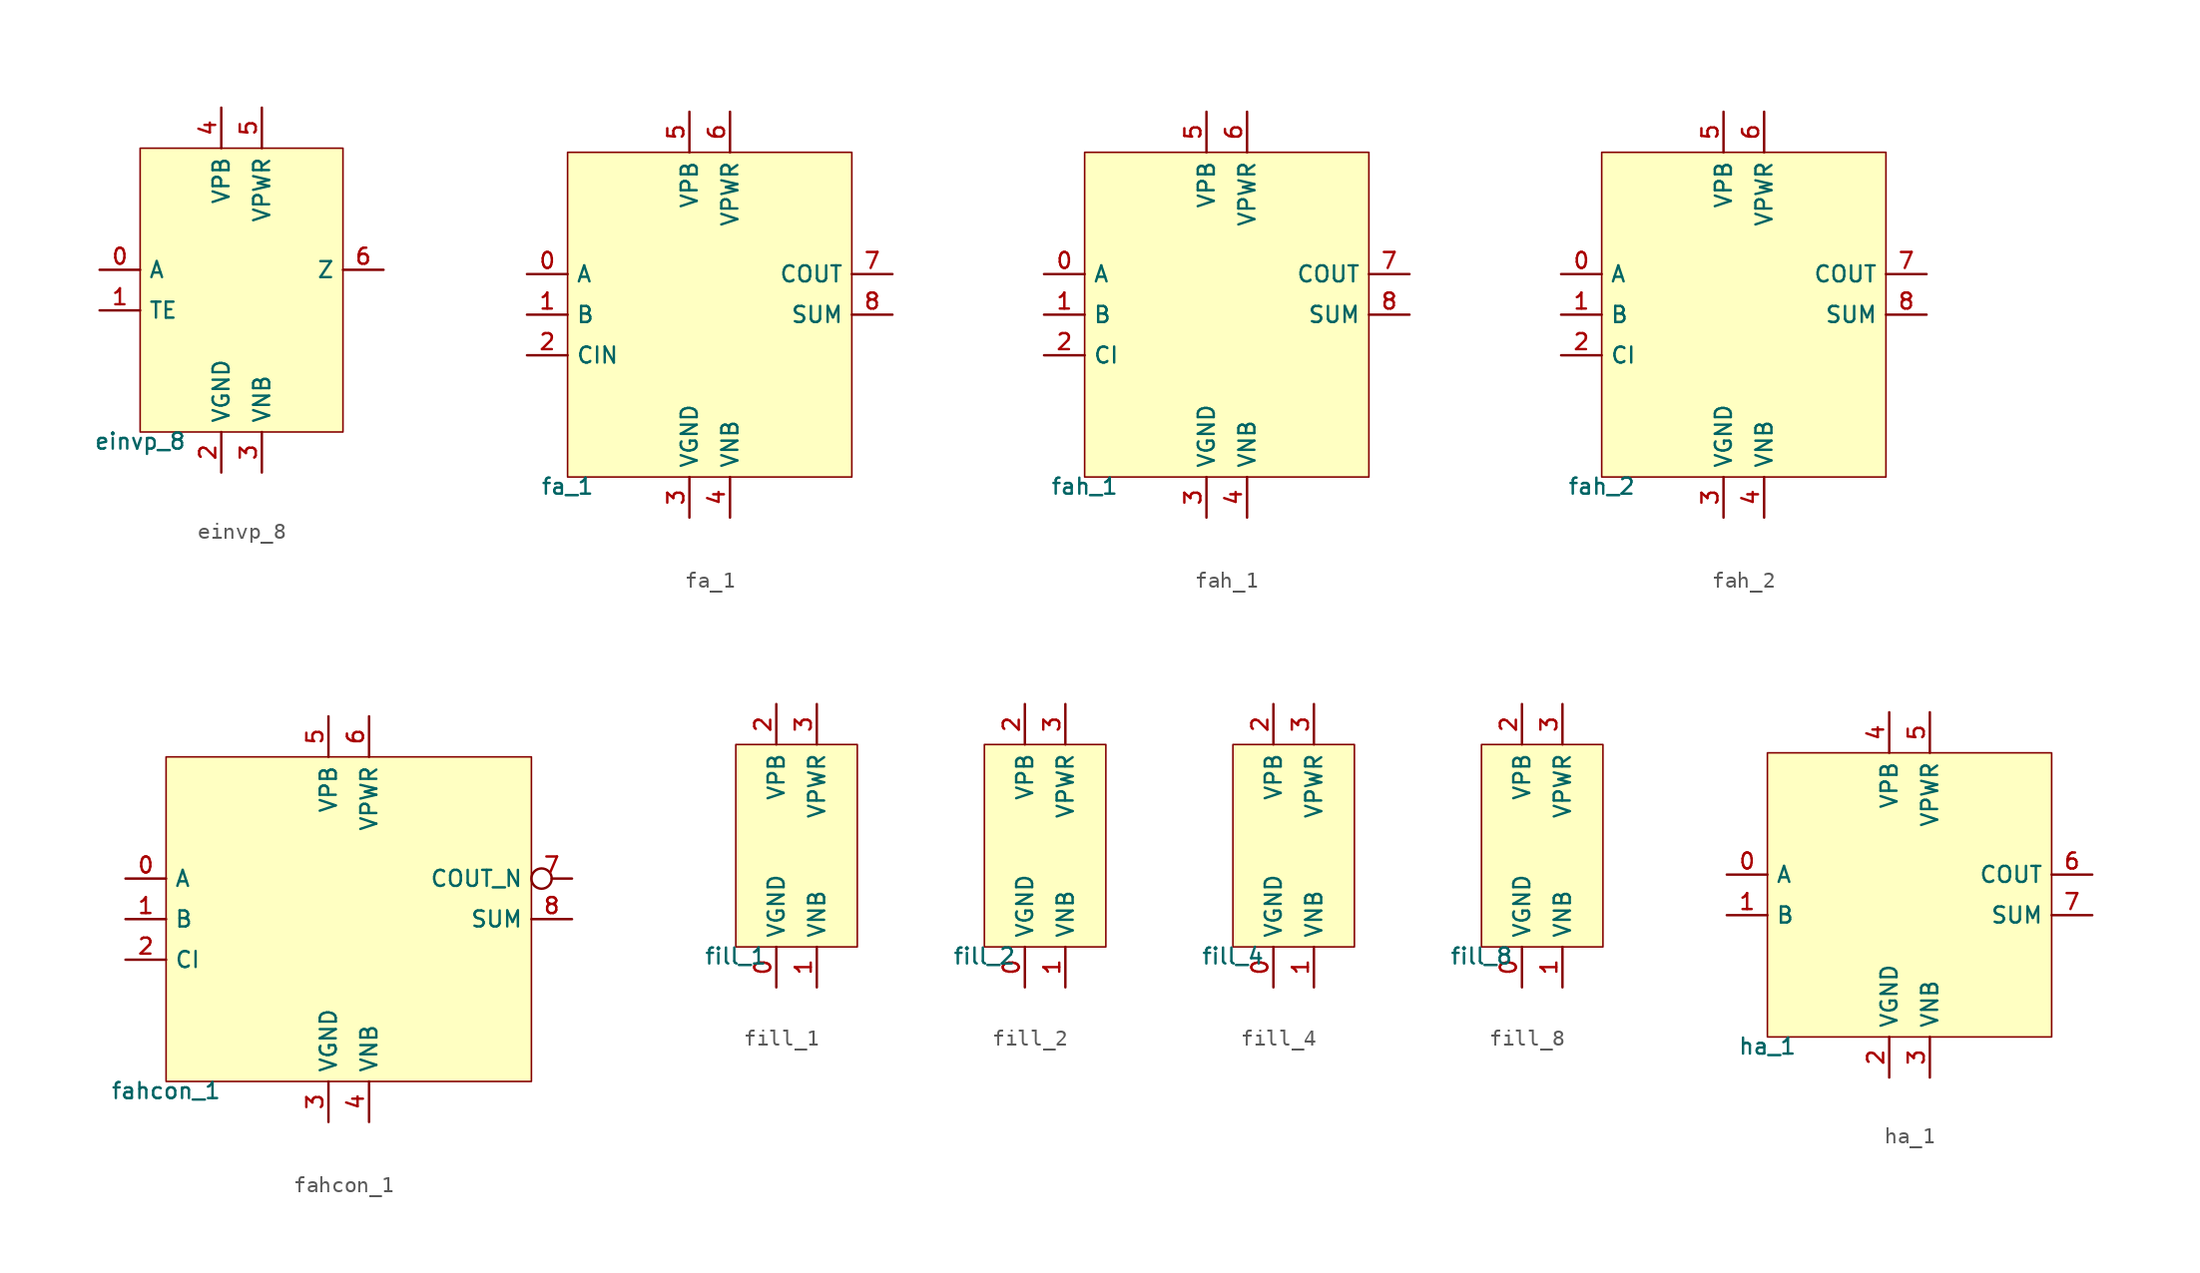
<source format=kicad_sym>
(kicad_symbol_lib
  (version 20211014)
  (generator lef2kicad_sym)
  (symbol "einvp_8"
    (property "Reference" "CELL"
      (at 0 0 0)
      (effects (font (size 1 1)) hide))
    (property "Value" "einvp_8"
      (at -6.35 -8.89 0)
      (effects (font (size 1 1)) (justify top)))
    (rectangle
      (start -6.35 -8.89)
      (end 6.35 8.89)
      (stroke (width 0.1) (type solid) (color 0 0 0 0))
      (fill (type background)))
    (pin input line
      (at -8.89 1.27 0)
      (length 2.54)
      (name "A" (effects (font (size 1 1)) hide))
      (number "0" (effects (font (size 1 1)) hide)))
    (pin input line
      (at -8.89 -1.27 0)
      (length 2.54)
      (name "TE" (effects (font (size 1 1)) hide))
      (number "1" (effects (font (size 1 1)) hide)))
    (pin power_in line
      (at -1.27 -11.43 90)
      (length 2.54)
      (name "VGND" (effects (font (size 1 1)) hide))
      (number "2" (effects (font (size 1 1)) hide)))
    (pin power_in line
      (at 1.27 -11.43 90)
      (length 2.54)
      (name "VNB" (effects (font (size 1 1)) hide))
      (number "3" (effects (font (size 1 1)) hide)))
    (pin power_in line
      (at -1.27 11.43 270)
      (length 2.54)
      (name "VPB" (effects (font (size 1 1)) hide))
      (number "4" (effects (font (size 1 1)) hide)))
    (pin power_in line
      (at 1.27 11.43 270)
      (length 2.54)
      (name "VPWR" (effects (font (size 1 1)) hide))
      (number "5" (effects (font (size 1 1)) hide)))
    (pin output line
      (at 8.89 1.27 180)
      (length 2.54)
      (name "Z" (effects (font (size 1 1)) hide))
      (number "6" (effects (font (size 1 1)) hide))))
  (symbol "fa_1"
    (property "Reference" "CELL"
      (at 0 0 0)
      (effects (font (size 1 1)) hide))
    (property "Value" "fa_1"
      (at -8.89 -10.16 0)
      (effects (font (size 1 1)) (justify top)))
    (rectangle
      (start -8.89 -10.16)
      (end 8.89 10.16)
      (stroke (width 0.1) (type solid) (color 0 0 0 0))
      (fill (type background)))
    (pin input line
      (at -11.43 2.54 0)
      (length 2.54)
      (name "A" (effects (font (size 1 1)) hide))
      (number "0" (effects (font (size 1 1)) hide)))
    (pin input line
      (at -11.43 0.0 0)
      (length 2.54)
      (name "B" (effects (font (size 1 1)) hide))
      (number "1" (effects (font (size 1 1)) hide)))
    (pin input line
      (at -11.43 -2.54 0)
      (length 2.54)
      (name "CIN" (effects (font (size 1 1)) hide))
      (number "2" (effects (font (size 1 1)) hide)))
    (pin power_in line
      (at -1.27 -12.7 90)
      (length 2.54)
      (name "VGND" (effects (font (size 1 1)) hide))
      (number "3" (effects (font (size 1 1)) hide)))
    (pin power_in line
      (at 1.27 -12.7 90)
      (length 2.54)
      (name "VNB" (effects (font (size 1 1)) hide))
      (number "4" (effects (font (size 1 1)) hide)))
    (pin power_in line
      (at -1.27 12.7 270)
      (length 2.54)
      (name "VPB" (effects (font (size 1 1)) hide))
      (number "5" (effects (font (size 1 1)) hide)))
    (pin power_in line
      (at 1.27 12.7 270)
      (length 2.54)
      (name "VPWR" (effects (font (size 1 1)) hide))
      (number "6" (effects (font (size 1 1)) hide)))
    (pin output line
      (at 11.43 2.54 180)
      (length 2.54)
      (name "COUT" (effects (font (size 1 1)) hide))
      (number "7" (effects (font (size 1 1)) hide)))
    (pin output line
      (at 11.43 0.0 180)
      (length 2.54)
      (name "SUM" (effects (font (size 1 1)) hide))
      (number "8" (effects (font (size 1 1)) hide))))
  (symbol "fah_1"
    (property "Reference" "CELL"
      (at 0 0 0)
      (effects (font (size 1 1)) hide))
    (property "Value" "fah_1"
      (at -8.89 -10.16 0)
      (effects (font (size 1 1)) (justify top)))
    (rectangle
      (start -8.89 -10.16)
      (end 8.89 10.16)
      (stroke (width 0.1) (type solid) (color 0 0 0 0))
      (fill (type background)))
    (pin input line
      (at -11.43 2.54 0)
      (length 2.54)
      (name "A" (effects (font (size 1 1)) hide))
      (number "0" (effects (font (size 1 1)) hide)))
    (pin input line
      (at -11.43 0.0 0)
      (length 2.54)
      (name "B" (effects (font (size 1 1)) hide))
      (number "1" (effects (font (size 1 1)) hide)))
    (pin input line
      (at -11.43 -2.54 0)
      (length 2.54)
      (name "CI" (effects (font (size 1 1)) hide))
      (number "2" (effects (font (size 1 1)) hide)))
    (pin power_in line
      (at -1.27 -12.7 90)
      (length 2.54)
      (name "VGND" (effects (font (size 1 1)) hide))
      (number "3" (effects (font (size 1 1)) hide)))
    (pin power_in line
      (at 1.27 -12.7 90)
      (length 2.54)
      (name "VNB" (effects (font (size 1 1)) hide))
      (number "4" (effects (font (size 1 1)) hide)))
    (pin power_in line
      (at -1.27 12.7 270)
      (length 2.54)
      (name "VPB" (effects (font (size 1 1)) hide))
      (number "5" (effects (font (size 1 1)) hide)))
    (pin power_in line
      (at 1.27 12.7 270)
      (length 2.54)
      (name "VPWR" (effects (font (size 1 1)) hide))
      (number "6" (effects (font (size 1 1)) hide)))
    (pin output line
      (at 11.43 2.54 180)
      (length 2.54)
      (name "COUT" (effects (font (size 1 1)) hide))
      (number "7" (effects (font (size 1 1)) hide)))
    (pin output line
      (at 11.43 0.0 180)
      (length 2.54)
      (name "SUM" (effects (font (size 1 1)) hide))
      (number "8" (effects (font (size 1 1)) hide))))
  (symbol "fah_2"
    (property "Reference" "CELL"
      (at 0 0 0)
      (effects (font (size 1 1)) hide))
    (property "Value" "fah_2"
      (at -8.89 -10.16 0)
      (effects (font (size 1 1)) (justify top)))
    (rectangle
      (start -8.89 -10.16)
      (end 8.89 10.16)
      (stroke (width 0.1) (type solid) (color 0 0 0 0))
      (fill (type background)))
    (pin input line
      (at -11.43 2.54 0)
      (length 2.54)
      (name "A" (effects (font (size 1 1)) hide))
      (number "0" (effects (font (size 1 1)) hide)))
    (pin input line
      (at -11.43 0.0 0)
      (length 2.54)
      (name "B" (effects (font (size 1 1)) hide))
      (number "1" (effects (font (size 1 1)) hide)))
    (pin input line
      (at -11.43 -2.54 0)
      (length 2.54)
      (name "CI" (effects (font (size 1 1)) hide))
      (number "2" (effects (font (size 1 1)) hide)))
    (pin power_in line
      (at -1.27 -12.7 90)
      (length 2.54)
      (name "VGND" (effects (font (size 1 1)) hide))
      (number "3" (effects (font (size 1 1)) hide)))
    (pin power_in line
      (at 1.27 -12.7 90)
      (length 2.54)
      (name "VNB" (effects (font (size 1 1)) hide))
      (number "4" (effects (font (size 1 1)) hide)))
    (pin power_in line
      (at -1.27 12.7 270)
      (length 2.54)
      (name "VPB" (effects (font (size 1 1)) hide))
      (number "5" (effects (font (size 1 1)) hide)))
    (pin power_in line
      (at 1.27 12.7 270)
      (length 2.54)
      (name "VPWR" (effects (font (size 1 1)) hide))
      (number "6" (effects (font (size 1 1)) hide)))
    (pin output line
      (at 11.43 2.54 180)
      (length 2.54)
      (name "COUT" (effects (font (size 1 1)) hide))
      (number "7" (effects (font (size 1 1)) hide)))
    (pin output line
      (at 11.43 0.0 180)
      (length 2.54)
      (name "SUM" (effects (font (size 1 1)) hide))
      (number "8" (effects (font (size 1 1)) hide))))
  (symbol "fahcon_1"
    (property "Reference" "CELL"
      (at 0 0 0)
      (effects (font (size 1 1)) hide))
    (property "Value" "fahcon_1"
      (at -11.43 -10.16 0)
      (effects (font (size 1 1)) (justify top)))
    (rectangle
      (start -11.43 -10.16)
      (end 11.43 10.16)
      (stroke (width 0.1) (type solid) (color 0 0 0 0))
      (fill (type background)))
    (pin input line
      (at -13.97 2.54 0)
      (length 2.54)
      (name "A" (effects (font (size 1 1)) hide))
      (number "0" (effects (font (size 1 1)) hide)))
    (pin input line
      (at -13.97 0.0 0)
      (length 2.54)
      (name "B" (effects (font (size 1 1)) hide))
      (number "1" (effects (font (size 1 1)) hide)))
    (pin input line
      (at -13.97 -2.54 0)
      (length 2.54)
      (name "CI" (effects (font (size 1 1)) hide))
      (number "2" (effects (font (size 1 1)) hide)))
    (pin power_in line
      (at -1.27 -12.7 90)
      (length 2.54)
      (name "VGND" (effects (font (size 1 1)) hide))
      (number "3" (effects (font (size 1 1)) hide)))
    (pin power_in line
      (at 1.27 -12.7 90)
      (length 2.54)
      (name "VNB" (effects (font (size 1 1)) hide))
      (number "4" (effects (font (size 1 1)) hide)))
    (pin power_in line
      (at -1.27 12.7 270)
      (length 2.54)
      (name "VPB" (effects (font (size 1 1)) hide))
      (number "5" (effects (font (size 1 1)) hide)))
    (pin power_in line
      (at 1.27 12.7 270)
      (length 2.54)
      (name "VPWR" (effects (font (size 1 1)) hide))
      (number "6" (effects (font (size 1 1)) hide)))
    (pin output inverted
      (at 13.97 2.54 180)
      (length 2.54)
      (name "COUT_N" (effects (font (size 1 1)) hide))
      (number "7" (effects (font (size 1 1)) hide)))
    (pin output line
      (at 13.97 0.0 180)
      (length 2.54)
      (name "SUM" (effects (font (size 1 1)) hide))
      (number "8" (effects (font (size 1 1)) hide))))
  (symbol "fill_1"
    (property "Reference" "CELL"
      (at 0 0 0)
      (effects (font (size 1 1)) hide))
    (property "Value" "fill_1"
      (at -3.81 -6.35 0)
      (effects (font (size 1 1)) (justify top)))
    (rectangle
      (start -3.81 -6.35)
      (end 3.81 6.35)
      (stroke (width 0.1) (type solid) (color 0 0 0 0))
      (fill (type background)))
    (pin power_in line
      (at -1.27 -8.89 90)
      (length 2.54)
      (name "VGND" (effects (font (size 1 1)) hide))
      (number "0" (effects (font (size 1 1)) hide)))
    (pin power_in line
      (at 1.27 -8.89 90)
      (length 2.54)
      (name "VNB" (effects (font (size 1 1)) hide))
      (number "1" (effects (font (size 1 1)) hide)))
    (pin power_in line
      (at -1.27 8.89 270)
      (length 2.54)
      (name "VPB" (effects (font (size 1 1)) hide))
      (number "2" (effects (font (size 1 1)) hide)))
    (pin power_in line
      (at 1.27 8.89 270)
      (length 2.54)
      (name "VPWR" (effects (font (size 1 1)) hide))
      (number "3" (effects (font (size 1 1)) hide))))
  (symbol "fill_2"
    (property "Reference" "CELL"
      (at 0 0 0)
      (effects (font (size 1 1)) hide))
    (property "Value" "fill_2"
      (at -3.81 -6.35 0)
      (effects (font (size 1 1)) (justify top)))
    (rectangle
      (start -3.81 -6.35)
      (end 3.81 6.35)
      (stroke (width 0.1) (type solid) (color 0 0 0 0))
      (fill (type background)))
    (pin power_in line
      (at -1.27 -8.89 90)
      (length 2.54)
      (name "VGND" (effects (font (size 1 1)) hide))
      (number "0" (effects (font (size 1 1)) hide)))
    (pin power_in line
      (at 1.27 -8.89 90)
      (length 2.54)
      (name "VNB" (effects (font (size 1 1)) hide))
      (number "1" (effects (font (size 1 1)) hide)))
    (pin power_in line
      (at -1.27 8.89 270)
      (length 2.54)
      (name "VPB" (effects (font (size 1 1)) hide))
      (number "2" (effects (font (size 1 1)) hide)))
    (pin power_in line
      (at 1.27 8.89 270)
      (length 2.54)
      (name "VPWR" (effects (font (size 1 1)) hide))
      (number "3" (effects (font (size 1 1)) hide))))
  (symbol "fill_4"
    (property "Reference" "CELL"
      (at 0 0 0)
      (effects (font (size 1 1)) hide))
    (property "Value" "fill_4"
      (at -3.81 -6.35 0)
      (effects (font (size 1 1)) (justify top)))
    (rectangle
      (start -3.81 -6.35)
      (end 3.81 6.35)
      (stroke (width 0.1) (type solid) (color 0 0 0 0))
      (fill (type background)))
    (pin power_in line
      (at -1.27 -8.89 90)
      (length 2.54)
      (name "VGND" (effects (font (size 1 1)) hide))
      (number "0" (effects (font (size 1 1)) hide)))
    (pin power_in line
      (at 1.27 -8.89 90)
      (length 2.54)
      (name "VNB" (effects (font (size 1 1)) hide))
      (number "1" (effects (font (size 1 1)) hide)))
    (pin power_in line
      (at -1.27 8.89 270)
      (length 2.54)
      (name "VPB" (effects (font (size 1 1)) hide))
      (number "2" (effects (font (size 1 1)) hide)))
    (pin power_in line
      (at 1.27 8.89 270)
      (length 2.54)
      (name "VPWR" (effects (font (size 1 1)) hide))
      (number "3" (effects (font (size 1 1)) hide))))
  (symbol "fill_8"
    (property "Reference" "CELL"
      (at 0 0 0)
      (effects (font (size 1 1)) hide))
    (property "Value" "fill_8"
      (at -3.81 -6.35 0)
      (effects (font (size 1 1)) (justify top)))
    (rectangle
      (start -3.81 -6.35)
      (end 3.81 6.35)
      (stroke (width 0.1) (type solid) (color 0 0 0 0))
      (fill (type background)))
    (pin power_in line
      (at -1.27 -8.89 90)
      (length 2.54)
      (name "VGND" (effects (font (size 1 1)) hide))
      (number "0" (effects (font (size 1 1)) hide)))
    (pin power_in line
      (at 1.27 -8.89 90)
      (length 2.54)
      (name "VNB" (effects (font (size 1 1)) hide))
      (number "1" (effects (font (size 1 1)) hide)))
    (pin power_in line
      (at -1.27 8.89 270)
      (length 2.54)
      (name "VPB" (effects (font (size 1 1)) hide))
      (number "2" (effects (font (size 1 1)) hide)))
    (pin power_in line
      (at 1.27 8.89 270)
      (length 2.54)
      (name "VPWR" (effects (font (size 1 1)) hide))
      (number "3" (effects (font (size 1 1)) hide))))
  (symbol "ha_1"
    (property "Reference" "CELL"
      (at 0 0 0)
      (effects (font (size 1 1)) hide))
    (property "Value" "ha_1"
      (at -8.89 -8.89 0)
      (effects (font (size 1 1)) (justify top)))
    (rectangle
      (start -8.89 -8.89)
      (end 8.89 8.89)
      (stroke (width 0.1) (type solid) (color 0 0 0 0))
      (fill (type background)))
    (pin input line
      (at -11.43 1.27 0)
      (length 2.54)
      (name "A" (effects (font (size 1 1)) hide))
      (number "0" (effects (font (size 1 1)) hide)))
    (pin input line
      (at -11.43 -1.27 0)
      (length 2.54)
      (name "B" (effects (font (size 1 1)) hide))
      (number "1" (effects (font (size 1 1)) hide)))
    (pin power_in line
      (at -1.27 -11.43 90)
      (length 2.54)
      (name "VGND" (effects (font (size 1 1)) hide))
      (number "2" (effects (font (size 1 1)) hide)))
    (pin power_in line
      (at 1.27 -11.43 90)
      (length 2.54)
      (name "VNB" (effects (font (size 1 1)) hide))
      (number "3" (effects (font (size 1 1)) hide)))
    (pin power_in line
      (at -1.27 11.43 270)
      (length 2.54)
      (name "VPB" (effects (font (size 1 1)) hide))
      (number "4" (effects (font (size 1 1)) hide)))
    (pin power_in line
      (at 1.27 11.43 270)
      (length 2.54)
      (name "VPWR" (effects (font (size 1 1)) hide))
      (number "5" (effects (font (size 1 1)) hide)))
    (pin output line
      (at 11.43 1.27 180)
      (length 2.54)
      (name "COUT" (effects (font (size 1 1)) hide))
      (number "6" (effects (font (size 1 1)) hide)))
    (pin output line
      (at 11.43 -1.27 180)
      (length 2.54)
      (name "SUM" (effects (font (size 1 1)) hide))
      (number "7" (effects (font (size 1 1)) hide)))))
</source>
